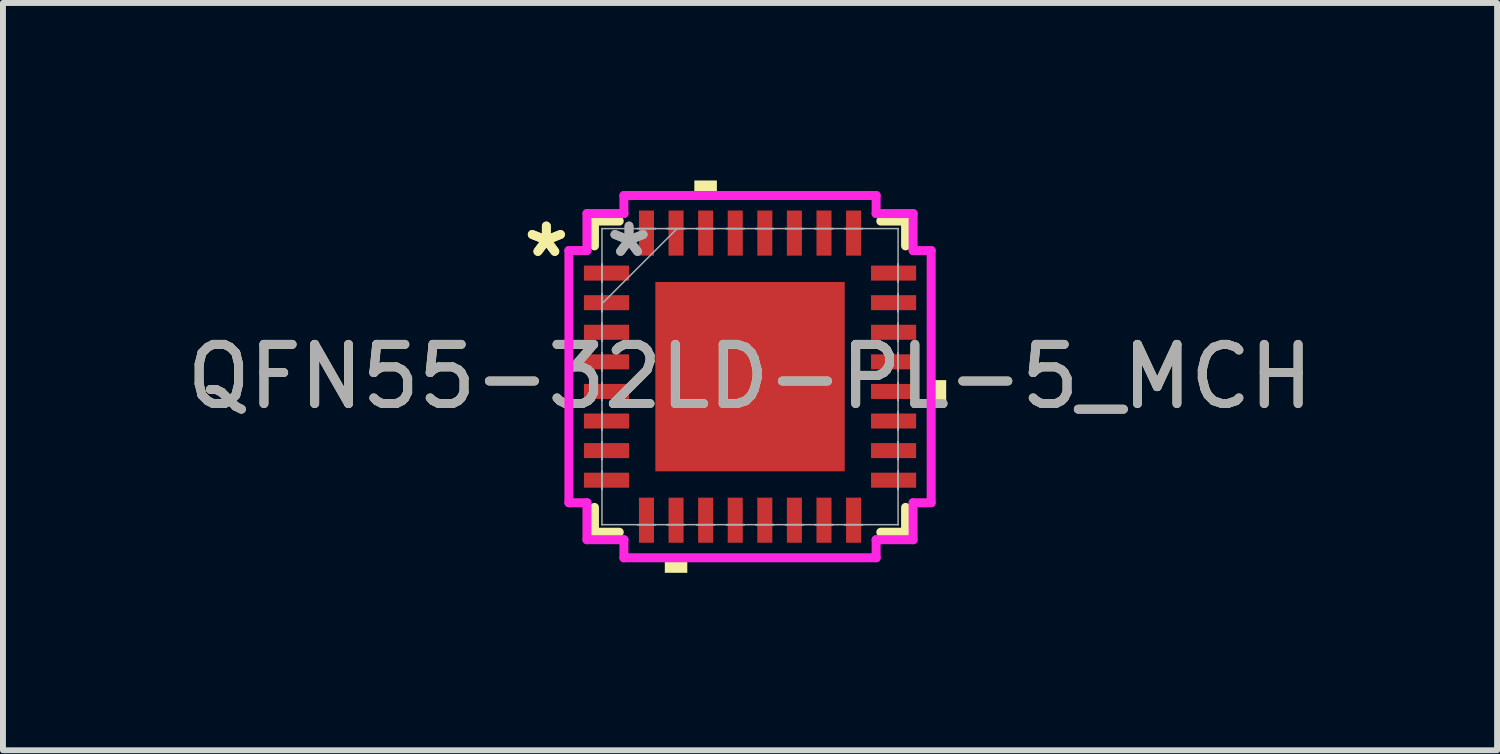
<source format=kicad_pcb>
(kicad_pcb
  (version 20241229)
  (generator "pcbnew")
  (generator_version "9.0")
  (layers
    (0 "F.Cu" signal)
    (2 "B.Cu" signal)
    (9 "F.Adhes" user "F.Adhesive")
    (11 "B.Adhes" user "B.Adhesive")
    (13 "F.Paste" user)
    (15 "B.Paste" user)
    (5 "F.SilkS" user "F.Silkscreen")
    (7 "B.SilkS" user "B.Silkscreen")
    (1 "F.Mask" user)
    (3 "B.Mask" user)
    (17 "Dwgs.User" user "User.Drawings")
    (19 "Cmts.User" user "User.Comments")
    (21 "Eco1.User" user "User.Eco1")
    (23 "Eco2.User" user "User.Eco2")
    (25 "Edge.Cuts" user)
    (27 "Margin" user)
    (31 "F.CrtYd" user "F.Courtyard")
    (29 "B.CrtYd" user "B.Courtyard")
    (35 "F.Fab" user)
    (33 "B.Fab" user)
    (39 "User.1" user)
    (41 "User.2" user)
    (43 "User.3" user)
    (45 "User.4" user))
  (footprint "QFN55-32LD-PL-5_MCH"
    (layer "F.Cu")
    (at 9.625 3.315)
    (property "Reference" "QFN55-32LD-PL-5_MCH" (at 0 0 0) (unlocked yes) (layer "F.SilkS") (effects (font (size 1 1) (thickness 0.15))))
    (attr smd)
    (fp_line (start -2.629 -2.629) (end -2.629 -2.21) (stroke (width 0.152) (type solid)) (layer "F.SilkS"))
    (fp_line (start -2.629 2.21) (end -2.629 2.629) (stroke (width 0.152) (type solid)) (layer "F.SilkS"))
    (fp_line (start -2.629 2.629) (end -2.21 2.629) (stroke (width 0.152) (type solid)) (layer "F.SilkS"))
    (fp_line (start -2.21 -2.629) (end -2.629 -2.629) (stroke (width 0.152) (type solid)) (layer "F.SilkS"))
    (fp_line (start 2.21 2.629) (end 2.629 2.629) (stroke (width 0.152) (type solid)) (layer "F.SilkS"))
    (fp_line (start 2.629 -2.629) (end 2.21 -2.629) (stroke (width 0.152) (type solid)) (layer "F.SilkS"))
    (fp_line (start 2.629 -2.21) (end 2.629 -2.629) (stroke (width 0.152) (type solid)) (layer "F.SilkS"))
    (fp_line (start 2.629 2.629) (end 2.629 2.21) (stroke (width 0.152) (type solid)) (layer "F.SilkS"))
    (fp_poly (pts (xy -1.44 3.061) (xy -1.44 3.315) (xy -1.06 3.315) (xy -1.06 3.061)) (stroke (width 0) (type solid)) (fill yes) (layer "F.SilkS"))
    (fp_poly (pts (xy -0.941 -3.061) (xy -0.941 -3.315) (xy -0.56 -3.315) (xy -0.56 -3.061)) (stroke (width 0) (type solid)) (fill yes) (layer "F.SilkS"))
    (fp_poly (pts (xy 3.315 0.059) (xy 3.315 0.441) (xy 3.061 0.441) (xy 3.061 0.059)) (stroke (width 0) (type solid)) (fill yes) (layer "F.SilkS"))
    (fp_poly (pts (xy -1.5 -1.5) (xy -1.5 -0.1) (xy -0.1 -0.1) (xy -0.1 -1.5)) (stroke (width 0) (type solid)) (fill yes) (layer "F.Paste"))
    (fp_poly (pts (xy -1.5 0.1) (xy -1.5 1.5) (xy -0.1 1.5) (xy -0.1 0.1)) (stroke (width 0) (type solid)) (fill yes) (layer "F.Paste"))
    (fp_poly (pts (xy 0.1 -1.5) (xy 0.1 -0.1) (xy 1.5 -0.1) (xy 1.5 -1.5)) (stroke (width 0) (type solid)) (fill yes) (layer "F.Paste"))
    (fp_poly (pts (xy 0.1 0.1) (xy 0.1 1.5) (xy 1.5 1.5) (xy 1.5 0.1)) (stroke (width 0) (type solid)) (fill yes) (layer "F.Paste"))
    (fp_line (start -3.061 -2.131) (end -2.756 -2.131) (stroke (width 0.152) (type solid)) (layer "F.CrtYd"))
    (fp_line (start -3.061 2.131) (end -3.061 -2.131) (stroke (width 0.152) (type solid)) (layer "F.CrtYd"))
    (fp_line (start -2.756 -2.756) (end -2.131 -2.756) (stroke (width 0.152) (type solid)) (layer "F.CrtYd"))
    (fp_line (start -2.756 -2.131) (end -2.756 -2.756) (stroke (width 0.152) (type solid)) (layer "F.CrtYd"))
    (fp_line (start -2.756 2.131) (end -3.061 2.131) (stroke (width 0.152) (type solid)) (layer "F.CrtYd"))
    (fp_line (start -2.756 2.756) (end -2.756 2.131) (stroke (width 0.152) (type solid)) (layer "F.CrtYd"))
    (fp_line (start -2.131 -3.061) (end 2.131 -3.061) (stroke (width 0.152) (type solid)) (layer "F.CrtYd"))
    (fp_line (start -2.131 -2.756) (end -2.131 -3.061) (stroke (width 0.152) (type solid)) (layer "F.CrtYd"))
    (fp_line (start -2.131 2.756) (end -2.756 2.756) (stroke (width 0.152) (type solid)) (layer "F.CrtYd"))
    (fp_line (start -2.131 3.061) (end -2.131 2.756) (stroke (width 0.152) (type solid)) (layer "F.CrtYd"))
    (fp_line (start 2.131 -3.061) (end 2.131 -2.756) (stroke (width 0.152) (type solid)) (layer "F.CrtYd"))
    (fp_line (start 2.131 -2.756) (end 2.756 -2.756) (stroke (width 0.152) (type solid)) (layer "F.CrtYd"))
    (fp_line (start 2.131 2.756) (end 2.131 3.061) (stroke (width 0.152) (type solid)) (layer "F.CrtYd"))
    (fp_line (start 2.131 3.061) (end -2.131 3.061) (stroke (width 0.152) (type solid)) (layer "F.CrtYd"))
    (fp_line (start 2.756 -2.756) (end 2.756 -2.131) (stroke (width 0.152) (type solid)) (layer "F.CrtYd"))
    (fp_line (start 2.756 -2.131) (end 3.061 -2.131) (stroke (width 0.152) (type solid)) (layer "F.CrtYd"))
    (fp_line (start 2.756 2.131) (end 2.756 2.756) (stroke (width 0.152) (type solid)) (layer "F.CrtYd"))
    (fp_line (start 2.756 2.756) (end 2.131 2.756) (stroke (width 0.152) (type solid)) (layer "F.CrtYd"))
    (fp_line (start 3.061 -2.131) (end 3.061 2.131) (stroke (width 0.152) (type solid)) (layer "F.CrtYd"))
    (fp_line (start 3.061 2.131) (end 2.756 2.131) (stroke (width 0.152) (type solid)) (layer "F.CrtYd"))
    (fp_line (start -2.502 -2.502) (end -2.502 -2.502) (stroke (width 0.025) (type solid)) (layer "F.Fab"))
    (fp_line (start -2.502 -2.502) (end -2.502 2.502) (stroke (width 0.025) (type solid)) (layer "F.Fab"))
    (fp_line (start -2.502 -1.902) (end -2.502 -1.902) (stroke (width 0.025) (type solid)) (layer "F.Fab"))
    (fp_line (start -2.502 -1.902) (end -2.502 -1.598) (stroke (width 0.025) (type solid)) (layer "F.Fab"))
    (fp_line (start -2.502 -1.598) (end -2.502 -1.902) (stroke (width 0.025) (type solid)) (layer "F.Fab"))
    (fp_line (start -2.502 -1.598) (end -2.502 -1.598) (stroke (width 0.025) (type solid)) (layer "F.Fab"))
    (fp_line (start -2.502 -1.402) (end -2.502 -1.402) (stroke (width 0.025) (type solid)) (layer "F.Fab"))
    (fp_line (start -2.502 -1.402) (end -2.502 -1.098) (stroke (width 0.025) (type solid)) (layer "F.Fab"))
    (fp_line (start -2.502 -1.232) (end -1.232 -2.502) (stroke (width 0.025) (type solid)) (layer "F.Fab"))
    (fp_line (start -2.502 -1.098) (end -2.502 -1.402) (stroke (width 0.025) (type solid)) (layer "F.Fab"))
    (fp_line (start -2.502 -1.098) (end -2.502 -1.098) (stroke (width 0.025) (type solid)) (layer "F.Fab"))
    (fp_line (start -2.502 -0.902) (end -2.502 -0.902) (stroke (width 0.025) (type solid)) (layer "F.Fab"))
    (fp_line (start -2.502 -0.902) (end -2.502 -0.598) (stroke (width 0.025) (type solid)) (layer "F.Fab"))
    (fp_line (start -2.502 -0.598) (end -2.502 -0.902) (stroke (width 0.025) (type solid)) (layer "F.Fab"))
    (fp_line (start -2.502 -0.598) (end -2.502 -0.598) (stroke (width 0.025) (type solid)) (layer "F.Fab"))
    (fp_line (start -2.502 -0.402) (end -2.502 -0.402) (stroke (width 0.025) (type solid)) (layer "F.Fab"))
    (fp_line (start -2.502 -0.402) (end -2.502 -0.098) (stroke (width 0.025) (type solid)) (layer "F.Fab"))
    (fp_line (start -2.502 -0.098) (end -2.502 -0.402) (stroke (width 0.025) (type solid)) (layer "F.Fab"))
    (fp_line (start -2.502 -0.098) (end -2.502 -0.098) (stroke (width 0.025) (type solid)) (layer "F.Fab"))
    (fp_line (start -2.502 0.098) (end -2.502 0.098) (stroke (width 0.025) (type solid)) (layer "F.Fab"))
    (fp_line (start -2.502 0.098) (end -2.502 0.402) (stroke (width 0.025) (type solid)) (layer "F.Fab"))
    (fp_line (start -2.502 0.402) (end -2.502 0.098) (stroke (width 0.025) (type solid)) (layer "F.Fab"))
    (fp_line (start -2.502 0.402) (end -2.502 0.402) (stroke (width 0.025) (type solid)) (layer "F.Fab"))
    (fp_line (start -2.502 0.598) (end -2.502 0.598) (stroke (width 0.025) (type solid)) (layer "F.Fab"))
    (fp_line (start -2.502 0.598) (end -2.502 0.902) (stroke (width 0.025) (type solid)) (layer "F.Fab"))
    (fp_line (start -2.502 0.902) (end -2.502 0.598) (stroke (width 0.025) (type solid)) (layer "F.Fab"))
    (fp_line (start -2.502 0.902) (end -2.502 0.902) (stroke (width 0.025) (type solid)) (layer "F.Fab"))
    (fp_line (start -2.502 1.098) (end -2.502 1.098) (stroke (width 0.025) (type solid)) (layer "F.Fab"))
    (fp_line (start -2.502 1.098) (end -2.502 1.402) (stroke (width 0.025) (type solid)) (layer "F.Fab"))
    (fp_line (start -2.502 1.402) (end -2.502 1.098) (stroke (width 0.025) (type solid)) (layer "F.Fab"))
    (fp_line (start -2.502 1.402) (end -2.502 1.402) (stroke (width 0.025) (type solid)) (layer "F.Fab"))
    (fp_line (start -2.502 1.598) (end -2.502 1.598) (stroke (width 0.025) (type solid)) (layer "F.Fab"))
    (fp_line (start -2.502 1.598) (end -2.502 1.902) (stroke (width 0.025) (type solid)) (layer "F.Fab"))
    (fp_line (start -2.502 1.902) (end -2.502 1.598) (stroke (width 0.025) (type solid)) (layer "F.Fab"))
    (fp_line (start -2.502 1.902) (end -2.502 1.902) (stroke (width 0.025) (type solid)) (layer "F.Fab"))
    (fp_line (start -2.502 2.502) (end -2.502 2.502) (stroke (width 0.025) (type solid)) (layer "F.Fab"))
    (fp_line (start -2.502 2.502) (end 2.502 2.502) (stroke (width 0.025) (type solid)) (layer "F.Fab"))
    (fp_line (start -1.902 -2.502) (end -1.902 -2.502) (stroke (width 0.025) (type solid)) (layer "F.Fab"))
    (fp_line (start -1.902 -2.502) (end -1.598 -2.502) (stroke (width 0.025) (type solid)) (layer "F.Fab"))
    (fp_line (start -1.902 2.502) (end -1.902 2.502) (stroke (width 0.025) (type solid)) (layer "F.Fab"))
    (fp_line (start -1.902 2.502) (end -1.598 2.502) (stroke (width 0.025) (type solid)) (layer "F.Fab"))
    (fp_line (start -1.598 -2.502) (end -1.902 -2.502) (stroke (width 0.025) (type solid)) (layer "F.Fab"))
    (fp_line (start -1.598 -2.502) (end -1.598 -2.502) (stroke (width 0.025) (type solid)) (layer "F.Fab"))
    (fp_line (start -1.598 2.502) (end -1.902 2.502) (stroke (width 0.025) (type solid)) (layer "F.Fab"))
    (fp_line (start -1.598 2.502) (end -1.598 2.502) (stroke (width 0.025) (type solid)) (layer "F.Fab"))
    (fp_line (start -1.402 -2.502) (end -1.402 -2.502) (stroke (width 0.025) (type solid)) (layer "F.Fab"))
    (fp_line (start -1.402 -2.502) (end -1.098 -2.502) (stroke (width 0.025) (type solid)) (layer "F.Fab"))
    (fp_line (start -1.402 2.502) (end -1.402 2.502) (stroke (width 0.025) (type solid)) (layer "F.Fab"))
    (fp_line (start -1.402 2.502) (end -1.098 2.502) (stroke (width 0.025) (type solid)) (layer "F.Fab"))
    (fp_line (start -1.098 -2.502) (end -1.402 -2.502) (stroke (width 0.025) (type solid)) (layer "F.Fab"))
    (fp_line (start -1.098 -2.502) (end -1.098 -2.502) (stroke (width 0.025) (type solid)) (layer "F.Fab"))
    (fp_line (start -1.098 2.502) (end -1.402 2.502) (stroke (width 0.025) (type solid)) (layer "F.Fab"))
    (fp_line (start -1.098 2.502) (end -1.098 2.502) (stroke (width 0.025) (type solid)) (layer "F.Fab"))
    (fp_line (start -0.902 -2.502) (end -0.902 -2.502) (stroke (width 0.025) (type solid)) (layer "F.Fab"))
    (fp_line (start -0.902 -2.502) (end -0.598 -2.502) (stroke (width 0.025) (type solid)) (layer "F.Fab"))
    (fp_line (start -0.902 2.502) (end -0.902 2.502) (stroke (width 0.025) (type solid)) (layer "F.Fab"))
    (fp_line (start -0.902 2.502) (end -0.598 2.502) (stroke (width 0.025) (type solid)) (layer "F.Fab"))
    (fp_line (start -0.598 -2.502) (end -0.902 -2.502) (stroke (width 0.025) (type solid)) (layer "F.Fab"))
    (fp_line (start -0.598 -2.502) (end -0.598 -2.502) (stroke (width 0.025) (type solid)) (layer "F.Fab"))
    (fp_line (start -0.598 2.502) (end -0.902 2.502) (stroke (width 0.025) (type solid)) (layer "F.Fab"))
    (fp_line (start -0.598 2.502) (end -0.598 2.502) (stroke (width 0.025) (type solid)) (layer "F.Fab"))
    (fp_line (start -0.402 -2.502) (end -0.402 -2.502) (stroke (width 0.025) (type solid)) (layer "F.Fab"))
    (fp_line (start -0.402 -2.502) (end -0.098 -2.502) (stroke (width 0.025) (type solid)) (layer "F.Fab"))
    (fp_line (start -0.402 2.502) (end -0.402 2.502) (stroke (width 0.025) (type solid)) (layer "F.Fab"))
    (fp_line (start -0.402 2.502) (end -0.098 2.502) (stroke (width 0.025) (type solid)) (layer "F.Fab"))
    (fp_line (start -0.098 -2.502) (end -0.402 -2.502) (stroke (width 0.025) (type solid)) (layer "F.Fab"))
    (fp_line (start -0.098 -2.502) (end -0.098 -2.502) (stroke (width 0.025) (type solid)) (layer "F.Fab"))
    (fp_line (start -0.098 2.502) (end -0.402 2.502) (stroke (width 0.025) (type solid)) (layer "F.Fab"))
    (fp_line (start -0.098 2.502) (end -0.098 2.502) (stroke (width 0.025) (type solid)) (layer "F.Fab"))
    (fp_line (start 0.098 -2.502) (end 0.098 -2.502) (stroke (width 0.025) (type solid)) (layer "F.Fab"))
    (fp_line (start 0.098 -2.502) (end 0.402 -2.502) (stroke (width 0.025) (type solid)) (layer "F.Fab"))
    (fp_line (start 0.098 2.502) (end 0.098 2.502) (stroke (width 0.025) (type solid)) (layer "F.Fab"))
    (fp_line (start 0.098 2.502) (end 0.402 2.502) (stroke (width 0.025) (type solid)) (layer "F.Fab"))
    (fp_line (start 0.402 -2.502) (end 0.098 -2.502) (stroke (width 0.025) (type solid)) (layer "F.Fab"))
    (fp_line (start 0.402 -2.502) (end 0.402 -2.502) (stroke (width 0.025) (type solid)) (layer "F.Fab"))
    (fp_line (start 0.402 2.502) (end 0.098 2.502) (stroke (width 0.025) (type solid)) (layer "F.Fab"))
    (fp_line (start 0.402 2.502) (end 0.402 2.502) (stroke (width 0.025) (type solid)) (layer "F.Fab"))
    (fp_line (start 0.598 -2.502) (end 0.598 -2.502) (stroke (width 0.025) (type solid)) (layer "F.Fab"))
    (fp_line (start 0.598 -2.502) (end 0.902 -2.502) (stroke (width 0.025) (type solid)) (layer "F.Fab"))
    (fp_line (start 0.598 2.502) (end 0.598 2.502) (stroke (width 0.025) (type solid)) (layer "F.Fab"))
    (fp_line (start 0.598 2.502) (end 0.902 2.502) (stroke (width 0.025) (type solid)) (layer "F.Fab"))
    (fp_line (start 0.902 -2.502) (end 0.598 -2.502) (stroke (width 0.025) (type solid)) (layer "F.Fab"))
    (fp_line (start 0.902 -2.502) (end 0.902 -2.502) (stroke (width 0.025) (type solid)) (layer "F.Fab"))
    (fp_line (start 0.902 2.502) (end 0.598 2.502) (stroke (width 0.025) (type solid)) (layer "F.Fab"))
    (fp_line (start 0.902 2.502) (end 0.902 2.502) (stroke (width 0.025) (type solid)) (layer "F.Fab"))
    (fp_line (start 1.098 -2.502) (end 1.098 -2.502) (stroke (width 0.025) (type solid)) (layer "F.Fab"))
    (fp_line (start 1.098 -2.502) (end 1.402 -2.502) (stroke (width 0.025) (type solid)) (layer "F.Fab"))
    (fp_line (start 1.098 2.502) (end 1.098 2.502) (stroke (width 0.025) (type solid)) (layer "F.Fab"))
    (fp_line (start 1.098 2.502) (end 1.402 2.502) (stroke (width 0.025) (type solid)) (layer "F.Fab"))
    (fp_line (start 1.402 -2.502) (end 1.098 -2.502) (stroke (width 0.025) (type solid)) (layer "F.Fab"))
    (fp_line (start 1.402 -2.502) (end 1.402 -2.502) (stroke (width 0.025) (type solid)) (layer "F.Fab"))
    (fp_line (start 1.402 2.502) (end 1.098 2.502) (stroke (width 0.025) (type solid)) (layer "F.Fab"))
    (fp_line (start 1.402 2.502) (end 1.402 2.502) (stroke (width 0.025) (type solid)) (layer "F.Fab"))
    (fp_line (start 1.598 -2.502) (end 1.598 -2.502) (stroke (width 0.025) (type solid)) (layer "F.Fab"))
    (fp_line (start 1.598 -2.502) (end 1.902 -2.502) (stroke (width 0.025) (type solid)) (layer "F.Fab"))
    (fp_line (start 1.598 2.502) (end 1.598 2.502) (stroke (width 0.025) (type solid)) (layer "F.Fab"))
    (fp_line (start 1.598 2.502) (end 1.902 2.502) (stroke (width 0.025) (type solid)) (layer "F.Fab"))
    (fp_line (start 1.902 -2.502) (end 1.598 -2.502) (stroke (width 0.025) (type solid)) (layer "F.Fab"))
    (fp_line (start 1.902 -2.502) (end 1.902 -2.502) (stroke (width 0.025) (type solid)) (layer "F.Fab"))
    (fp_line (start 1.902 2.502) (end 1.598 2.502) (stroke (width 0.025) (type solid)) (layer "F.Fab"))
    (fp_line (start 1.902 2.502) (end 1.902 2.502) (stroke (width 0.025) (type solid)) (layer "F.Fab"))
    (fp_line (start 2.502 -2.502) (end -2.502 -2.502) (stroke (width 0.025) (type solid)) (layer "F.Fab"))
    (fp_line (start 2.502 -2.502) (end 2.502 -2.502) (stroke (width 0.025) (type solid)) (layer "F.Fab"))
    (fp_line (start 2.502 -1.902) (end 2.502 -1.902) (stroke (width 0.025) (type solid)) (layer "F.Fab"))
    (fp_line (start 2.502 -1.902) (end 2.502 -1.598) (stroke (width 0.025) (type solid)) (layer "F.Fab"))
    (fp_line (start 2.502 -1.598) (end 2.502 -1.902) (stroke (width 0.025) (type solid)) (layer "F.Fab"))
    (fp_line (start 2.502 -1.598) (end 2.502 -1.598) (stroke (width 0.025) (type solid)) (layer "F.Fab"))
    (fp_line (start 2.502 -1.402) (end 2.502 -1.402) (stroke (width 0.025) (type solid)) (layer "F.Fab"))
    (fp_line (start 2.502 -1.402) (end 2.502 -1.098) (stroke (width 0.025) (type solid)) (layer "F.Fab"))
    (fp_line (start 2.502 -1.098) (end 2.502 -1.402) (stroke (width 0.025) (type solid)) (layer "F.Fab"))
    (fp_line (start 2.502 -1.098) (end 2.502 -1.098) (stroke (width 0.025) (type solid)) (layer "F.Fab"))
    (fp_line (start 2.502 -0.902) (end 2.502 -0.902) (stroke (width 0.025) (type solid)) (layer "F.Fab"))
    (fp_line (start 2.502 -0.902) (end 2.502 -0.598) (stroke (width 0.025) (type solid)) (layer "F.Fab"))
    (fp_line (start 2.502 -0.598) (end 2.502 -0.902) (stroke (width 0.025) (type solid)) (layer "F.Fab"))
    (fp_line (start 2.502 -0.598) (end 2.502 -0.598) (stroke (width 0.025) (type solid)) (layer "F.Fab"))
    (fp_line (start 2.502 -0.402) (end 2.502 -0.402) (stroke (width 0.025) (type solid)) (layer "F.Fab"))
    (fp_line (start 2.502 -0.402) (end 2.502 -0.098) (stroke (width 0.025) (type solid)) (layer "F.Fab"))
    (fp_line (start 2.502 -0.098) (end 2.502 -0.402) (stroke (width 0.025) (type solid)) (layer "F.Fab"))
    (fp_line (start 2.502 -0.098) (end 2.502 -0.098) (stroke (width 0.025) (type solid)) (layer "F.Fab"))
    (fp_line (start 2.502 0.098) (end 2.502 0.098) (stroke (width 0.025) (type solid)) (layer "F.Fab"))
    (fp_line (start 2.502 0.098) (end 2.502 0.402) (stroke (width 0.025) (type solid)) (layer "F.Fab"))
    (fp_line (start 2.502 0.402) (end 2.502 0.098) (stroke (width 0.025) (type solid)) (layer "F.Fab"))
    (fp_line (start 2.502 0.402) (end 2.502 0.402) (stroke (width 0.025) (type solid)) (layer "F.Fab"))
    (fp_line (start 2.502 0.598) (end 2.502 0.598) (stroke (width 0.025) (type solid)) (layer "F.Fab"))
    (fp_line (start 2.502 0.598) (end 2.502 0.902) (stroke (width 0.025) (type solid)) (layer "F.Fab"))
    (fp_line (start 2.502 0.902) (end 2.502 0.598) (stroke (width 0.025) (type solid)) (layer "F.Fab"))
    (fp_line (start 2.502 0.902) (end 2.502 0.902) (stroke (width 0.025) (type solid)) (layer "F.Fab"))
    (fp_line (start 2.502 1.098) (end 2.502 1.098) (stroke (width 0.025) (type solid)) (layer "F.Fab"))
    (fp_line (start 2.502 1.098) (end 2.502 1.402) (stroke (width 0.025) (type solid)) (layer "F.Fab"))
    (fp_line (start 2.502 1.402) (end 2.502 1.098) (stroke (width 0.025) (type solid)) (layer "F.Fab"))
    (fp_line (start 2.502 1.402) (end 2.502 1.402) (stroke (width 0.025) (type solid)) (layer "F.Fab"))
    (fp_line (start 2.502 1.598) (end 2.502 1.598) (stroke (width 0.025) (type solid)) (layer "F.Fab"))
    (fp_line (start 2.502 1.598) (end 2.502 1.902) (stroke (width 0.025) (type solid)) (layer "F.Fab"))
    (fp_line (start 2.502 1.902) (end 2.502 1.598) (stroke (width 0.025) (type solid)) (layer "F.Fab"))
    (fp_line (start 2.502 1.902) (end 2.502 1.902) (stroke (width 0.025) (type solid)) (layer "F.Fab"))
    (fp_line (start 2.502 2.502) (end 2.502 -2.502) (stroke (width 0.025) (type solid)) (layer "F.Fab"))
    (fp_line (start 2.502 2.502) (end 2.502 2.502) (stroke (width 0.025) (type solid)) (layer "F.Fab"))
    (fp_text user "*" (at -3.442 -2 0) (unlocked yes) (layer "F.SilkS") (effects (font (size 1 1) (thickness 0.15))))
    (fp_text user "*" (at -3.442 -2 0) (layer "F.SilkS") (effects (font (size 1 1) (thickness 0.15))))
    (fp_text user "*" (at -2.045 -2 0) (layer "F.Fab") (effects (font (size 1 1) (thickness 0.15))))
    (fp_text user "${REFERENCE}" (at 0 0 0) (unlocked yes) (layer "F.Fab") (effects (font (size 1 1) (thickness 0.15))))
    (fp_text user "*" (at -2.045 -2 0) (unlocked yes) (layer "F.Fab") (effects (font (size 1 1) (thickness 0.15))))
    (pad "1" smd rect (at -2.426 -1.75 90) (size 0.254 0.762) (layers "F.Cu" "F.Mask" "F.Paste"))
    (pad "2" smd rect (at -2.426 -1.25 90) (size 0.254 0.762) (layers "F.Cu" "F.Mask" "F.Paste"))
    (pad "3" smd rect (at -2.426 -0.75 90) (size 0.254 0.762) (layers "F.Cu" "F.Mask" "F.Paste"))
    (pad "4" smd rect (at -2.426 -0.25 90) (size 0.254 0.762) (layers "F.Cu" "F.Mask" "F.Paste"))
    (pad "5" smd rect (at -2.426 0.25 90) (size 0.254 0.762) (layers "F.Cu" "F.Mask" "F.Paste"))
    (pad "6" smd rect (at -2.426 0.75 90) (size 0.254 0.762) (layers "F.Cu" "F.Mask" "F.Paste"))
    (pad "7" smd rect (at -2.426 1.25 90) (size 0.254 0.762) (layers "F.Cu" "F.Mask" "F.Paste"))
    (pad "8" smd rect (at -2.426 1.75 90) (size 0.254 0.762) (layers "F.Cu" "F.Mask" "F.Paste"))
    (pad "9" smd rect (at -1.75 2.426) (size 0.254 0.762) (layers "F.Cu" "F.Mask" "F.Paste"))
    (pad "10" smd rect (at -1.25 2.426) (size 0.254 0.762) (layers "F.Cu" "F.Mask" "F.Paste"))
    (pad "11" smd rect (at -0.75 2.426) (size 0.254 0.762) (layers "F.Cu" "F.Mask" "F.Paste"))
    (pad "12" smd rect (at -0.25 2.426) (size 0.254 0.762) (layers "F.Cu" "F.Mask" "F.Paste"))
    (pad "13" smd rect (at 0.25 2.426) (size 0.254 0.762) (layers "F.Cu" "F.Mask" "F.Paste"))
    (pad "14" smd rect (at 0.75 2.426) (size 0.254 0.762) (layers "F.Cu" "F.Mask" "F.Paste"))
    (pad "15" smd rect (at 1.25 2.426) (size 0.254 0.762) (layers "F.Cu" "F.Mask" "F.Paste"))
    (pad "16" smd rect (at 1.75 2.426) (size 0.254 0.762) (layers "F.Cu" "F.Mask" "F.Paste"))
    (pad "17" smd rect (at 2.426 1.75 90) (size 0.254 0.762) (layers "F.Cu" "F.Mask" "F.Paste"))
    (pad "18" smd rect (at 2.426 1.25 90) (size 0.254 0.762) (layers "F.Cu" "F.Mask" "F.Paste"))
    (pad "19" smd rect (at 2.426 0.75 90) (size 0.254 0.762) (layers "F.Cu" "F.Mask" "F.Paste"))
    (pad "20" smd rect (at 2.426 0.25 90) (size 0.254 0.762) (layers "F.Cu" "F.Mask" "F.Paste"))
    (pad "21" smd rect (at 2.426 -0.25 90) (size 0.254 0.762) (layers "F.Cu" "F.Mask" "F.Paste"))
    (pad "22" smd rect (at 2.426 -0.75 90) (size 0.254 0.762) (layers "F.Cu" "F.Mask" "F.Paste"))
    (pad "23" smd rect (at 2.426 -1.25 90) (size 0.254 0.762) (layers "F.Cu" "F.Mask" "F.Paste"))
    (pad "24" smd rect (at 2.426 -1.75 90) (size 0.254 0.762) (layers "F.Cu" "F.Mask" "F.Paste"))
    (pad "25" smd rect (at 1.75 -2.426) (size 0.254 0.762) (layers "F.Cu" "F.Mask" "F.Paste"))
    (pad "26" smd rect (at 1.25 -2.426) (size 0.254 0.762) (layers "F.Cu" "F.Mask" "F.Paste"))
    (pad "27" smd rect (at 0.75 -2.426) (size 0.254 0.762) (layers "F.Cu" "F.Mask" "F.Paste"))
    (pad "28" smd rect (at 0.25 -2.426) (size 0.254 0.762) (layers "F.Cu" "F.Mask" "F.Paste"))
    (pad "29" smd rect (at -0.25 -2.426) (size 0.254 0.762) (layers "F.Cu" "F.Mask" "F.Paste"))
    (pad "30" smd rect (at -0.75 -2.426) (size 0.254 0.762) (layers "F.Cu" "F.Mask" "F.Paste"))
    (pad "31" smd rect (at -1.25 -2.426) (size 0.254 0.762) (layers "F.Cu" "F.Mask" "F.Paste"))
    (pad "32" smd rect (at -1.75 -2.426) (size 0.254 0.762) (layers "F.Cu" "F.Mask" "F.Paste"))
    (pad "33" smd rect (at 0 0) (size 3.2 3.2) (layers "F.Cu" "F.Mask" "F.Paste")))
  (gr_rect
    (start -3 -3)
    (end 22.25 9.629)
    (stroke (width 0.1) (type default))
    (fill no)
    (layer "Edge.Cuts")))
</source>
